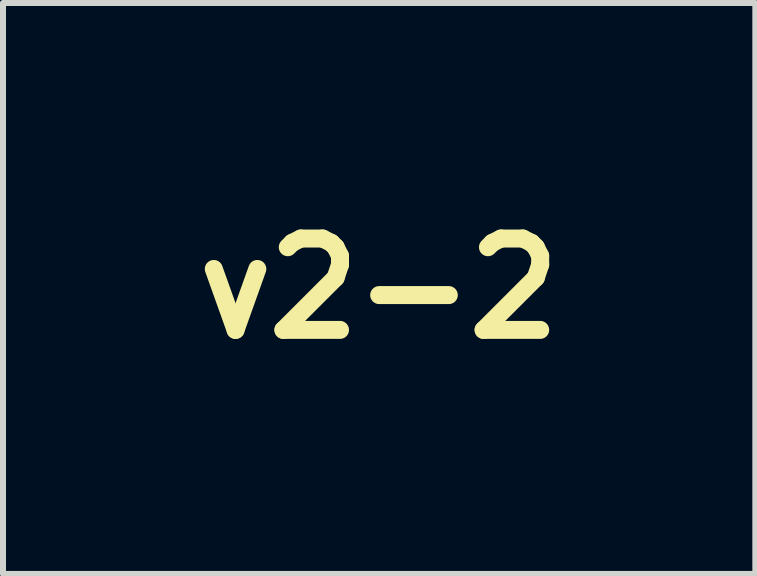
<source format=kicad_pcb>
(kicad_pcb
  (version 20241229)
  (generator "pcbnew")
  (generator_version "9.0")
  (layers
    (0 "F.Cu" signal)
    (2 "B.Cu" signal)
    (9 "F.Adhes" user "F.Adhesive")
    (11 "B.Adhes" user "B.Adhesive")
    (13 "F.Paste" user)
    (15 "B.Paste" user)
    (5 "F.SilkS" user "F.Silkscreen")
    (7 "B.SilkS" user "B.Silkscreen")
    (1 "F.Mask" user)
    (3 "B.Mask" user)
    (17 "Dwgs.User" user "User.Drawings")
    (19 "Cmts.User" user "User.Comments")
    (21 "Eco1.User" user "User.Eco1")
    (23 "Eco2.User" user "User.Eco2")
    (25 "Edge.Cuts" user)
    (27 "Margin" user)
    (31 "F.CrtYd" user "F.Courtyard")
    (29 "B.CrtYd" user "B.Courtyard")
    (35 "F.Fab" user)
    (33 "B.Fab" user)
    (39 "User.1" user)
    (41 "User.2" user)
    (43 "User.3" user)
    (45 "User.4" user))
  (footprint "v2-2"
    (layer "F.Cu")
    (at 3.273 1.762)
    (property "Reference" "v2-2" (at 0 0 0) (layer "F.SilkS") (effects (font (size 1.524 1.524) (thickness 0.3))))
    (attr through_hole)
    (fp_poly (pts (xy -1.861 -0.525) (xy -1.818 -0.524) (xy -1.518 -0.519) (xy -1.283 -0.005) (xy -1.22 0.131) (xy -1.163 0.253) (xy -1.114 0.358) (xy -1.074 0.438) (xy -1.048 0.49) (xy -1.036 0.508) (xy -1.025 0.49) (xy -0.998 0.438) (xy -0.959 0.357) (xy -0.909 0.253) (xy -0.852 0.13) (xy -0.789 -0.005) (xy -0.555 -0.519) (xy -0.251 -0.519) (xy -0.13 -0.518) (xy -0.045 -0.516) (xy 0.011 -0.511) (xy 0.042 -0.503) (xy 0.056 -0.492) (xy 0.059 -0.486) (xy 0.051 -0.463) (xy 0.026 -0.406) (xy -0.013 -0.319) (xy -0.065 -0.207) (xy -0.127 -0.073) (xy -0.198 0.078) (xy -0.276 0.243) (xy -0.358 0.416) (xy -0.443 0.594) (xy -0.528 0.773) (xy -0.613 0.948) (xy -0.694 1.116) (xy -0.769 1.271) (xy -0.838 1.411) (xy -0.897 1.531) (xy -0.945 1.626) (xy -0.979 1.694) (xy -0.999 1.728) (xy -1.001 1.73) (xy -1.032 1.755) (xy -1.064 1.74) (xy -1.088 1.709) (xy -1.111 1.669) (xy -1.148 1.597) (xy -1.198 1.497) (xy -1.259 1.373) (xy -1.328 1.23) (xy -1.404 1.072) (xy -1.485 0.903) (xy -1.569 0.727) (xy -1.653 0.548) (xy -1.737 0.371) (xy -1.817 0.199) (xy -1.893 0.037) (xy -1.961 -0.112) (xy -2.02 -0.242) (xy -2.069 -0.35) (xy -2.093 -0.404) (xy -1.986 -0.404) (xy -1.972 -0.373) (xy -1.943 -0.309) (xy -1.899 -0.218) (xy -1.845 -0.103) (xy -1.78 0.031) (xy -1.708 0.18) (xy -1.631 0.339) (xy -1.551 0.504) (xy -1.47 0.671) (xy -1.39 0.835) (xy -1.313 0.992) (xy -1.242 1.138) (xy -1.178 1.268) (xy -1.123 1.378) (xy -1.081 1.464) (xy -1.052 1.521) (xy -1.039 1.544) (xy -1.038 1.545) (xy -1.027 1.526) (xy -0.999 1.473) (xy -0.957 1.389) (xy -0.901 1.278) (xy -0.834 1.143) (xy -0.758 0.987) (xy -0.674 0.815) (xy -0.585 0.63) (xy -0.561 0.581) (xy -0.47 0.393) (xy -0.384 0.216) (xy -0.306 0.054) (xy -0.238 -0.089) (xy -0.18 -0.21) (xy -0.134 -0.304) (xy -0.104 -0.369) (xy -0.089 -0.4) (xy -0.088 -0.403) (xy -0.103 -0.414) (xy -0.149 -0.421) (xy -0.216 -0.424) (xy -0.292 -0.424) (xy -0.368 -0.42) (xy -0.431 -0.413) (xy -0.472 -0.403) (xy -0.48 -0.397) (xy -0.493 -0.371) (xy -0.521 -0.313) (xy -0.562 -0.226) (xy -0.614 -0.116) (xy -0.673 0.012) (xy -0.737 0.152) (xy -0.745 0.169) (xy -0.825 0.341) (xy -0.89 0.476) (xy -0.941 0.578) (xy -0.98 0.65) (xy -1.009 0.694) (xy -1.029 0.714) (xy -1.033 0.715) (xy -1.047 0.712) (xy -1.065 0.694) (xy -1.089 0.658) (xy -1.121 0.6) (xy -1.162 0.518) (xy -1.216 0.406) (xy -1.283 0.262) (xy -1.335 0.149) (xy -1.597 -0.423) (xy -1.795 -0.423) (xy -1.88 -0.421) (xy -1.945 -0.416) (xy -1.981 -0.409) (xy -1.986 -0.404) (xy -2.093 -0.404) (xy -2.104 -0.431) (xy -2.125 -0.482) (xy -2.13 -0.499) (xy -2.119 -0.511) (xy -2.092 -0.52) (xy -2.045 -0.525) (xy -1.97 -0.526) (xy -1.861 -0.525)) (stroke (width 0.01) (type solid)) (fill yes) (layer "F.Mask"))
    (fp_poly (pts (xy 1.202 -1.75) (xy 1.322 -1.733) (xy 1.349 -1.727) (xy 1.543 -1.655) (xy 1.714 -1.553) (xy 1.86 -1.424) (xy 1.977 -1.272) (xy 2.062 -1.102) (xy 2.114 -0.919) (xy 2.128 -0.727) (xy 2.108 -0.552) (xy 2.084 -0.455) (xy 2.053 -0.36) (xy 2.011 -0.263) (xy 1.956 -0.162) (xy 1.886 -0.05) (xy 1.798 0.075) (xy 1.69 0.218) (xy 1.558 0.383) (xy 1.401 0.573) (xy 1.356 0.627) (xy 1.02 1.027) (xy 1.551 1.032) (xy 1.747 1.035) (xy 1.9 1.04) (xy 2.012 1.046) (xy 2.082 1.054) (xy 2.11 1.062) (xy 2.123 1.083) (xy 2.131 1.126) (xy 2.134 1.198) (xy 2.134 1.303) (xy 2.133 1.342) (xy 2.127 1.598) (xy 1.01 1.604) (xy 0.762 1.605) (xy 0.552 1.605) (xy 0.379 1.605) (xy 0.237 1.605) (xy 0.125 1.604) (xy 0.039 1.601) (xy -0.024 1.599) (xy -0.069 1.595) (xy -0.097 1.59) (xy -0.113 1.584) (xy -0.119 1.577) (xy -0.119 1.534) (xy -0.112 1.518) (xy -0.099 1.503) (xy 0.038 1.503) (xy 2.032 1.503) (xy 2.032 1.164) (xy 1.453 1.164) (xy 1.277 1.164) (xy 1.139 1.163) (xy 1.034 1.161) (xy 0.957 1.157) (xy 0.904 1.152) (xy 0.871 1.146) (xy 0.852 1.137) (xy 0.847 1.132) (xy 0.838 1.122) (xy 0.832 1.113) (xy 0.832 1.101) (xy 0.84 1.082) (xy 0.858 1.053) (xy 0.889 1.011) (xy 0.937 0.952) (xy 1.002 0.873) (xy 1.088 0.77) (xy 1.197 0.64) (xy 1.267 0.557) (xy 1.435 0.355) (xy 1.576 0.18) (xy 1.692 0.028) (xy 1.785 -0.102) (xy 1.858 -0.215) (xy 1.913 -0.314) (xy 1.95 -0.395) (xy 1.973 -0.461) (xy 1.988 -0.527) (xy 1.996 -0.605) (xy 1.999 -0.708) (xy 2 -0.751) (xy 1.999 -0.859) (xy 1.995 -0.936) (xy 1.985 -0.996) (xy 1.968 -1.049) (xy 1.944 -1.105) (xy 1.845 -1.268) (xy 1.714 -1.406) (xy 1.558 -1.516) (xy 1.381 -1.596) (xy 1.188 -1.641) (xy 1.044 -1.651) (xy 0.83 -1.634) (xy 0.641 -1.584) (xy 0.478 -1.5) (xy 0.342 -1.383) (xy 0.232 -1.234) (xy 0.15 -1.051) (xy 0.094 -0.841) (xy 0.08 -0.76) (xy 0.451 -0.773) (xy 0.475 -0.869) (xy 0.533 -1.022) (xy 0.621 -1.147) (xy 0.737 -1.241) (xy 0.879 -1.302) (xy 0.926 -1.313) (xy 1.088 -1.327) (xy 1.24 -1.3) (xy 1.381 -1.233) (xy 1.504 -1.127) (xy 1.511 -1.121) (xy 1.596 -0.996) (xy 1.642 -0.858) (xy 1.649 -0.708) (xy 1.617 -0.552) (xy 1.571 -0.442) (xy 1.535 -0.377) (xy 1.482 -0.295) (xy 1.411 -0.193) (xy 1.32 -0.07) (xy 1.209 0.074) (xy 1.077 0.243) (xy 0.921 0.436) (xy 0.742 0.656) (xy 0.538 0.904) (xy 0.308 1.181) (xy 0.123 1.402) (xy 0.038 1.503) (xy -0.099 1.503) (xy -0.095 1.497) (xy -0.053 1.446) (xy 0.009 1.37) (xy 0.09 1.271) (xy 0.187 1.154) (xy 0.296 1.021) (xy 0.415 0.876) (xy 0.5 0.773) (xy 0.692 0.539) (xy 0.859 0.335) (xy 1.001 0.159) (xy 1.122 0.007) (xy 1.223 -0.123) (xy 1.307 -0.234) (xy 1.373 -0.328) (xy 1.426 -0.408) (xy 1.466 -0.477) (xy 1.495 -0.536) (xy 1.516 -0.589) (xy 1.529 -0.639) (xy 1.538 -0.686) (xy 1.538 -0.824) (xy 1.501 -0.948) (xy 1.431 -1.052) (xy 1.332 -1.133) (xy 1.208 -1.186) (xy 1.064 -1.206) (xy 1.051 -1.206) (xy 0.911 -1.193) (xy 0.798 -1.152) (xy 0.708 -1.08) (xy 0.638 -0.974) (xy 0.584 -0.831) (xy 0.571 -0.783) (xy 0.537 -0.646) (xy 0.274 -0.64) (xy 0.17 -0.64) (xy 0.081 -0.642) (xy 0.015 -0.647) (xy -0.019 -0.654) (xy -0.02 -0.654) (xy -0.033 -0.669) (xy -0.038 -0.696) (xy -0.034 -0.744) (xy -0.021 -0.822) (xy -0.013 -0.861) (xy 0.047 -1.086) (xy 0.136 -1.28) (xy 0.252 -1.444) (xy 0.396 -1.575) (xy 0.565 -1.674) (xy 0.68 -1.717) (xy 0.787 -1.74) (xy 0.92 -1.753) (xy 1.063 -1.757) (xy 1.202 -1.75)) (stroke (width 0.01) (type solid)) (fill yes) (layer "F.Mask")))
  (gr_rect
    (start -3 -3)
    (end 9.546 6.521)
    (stroke (width 0.1) (type default))
    (fill no)
    (layer "Edge.Cuts")))
</source>
